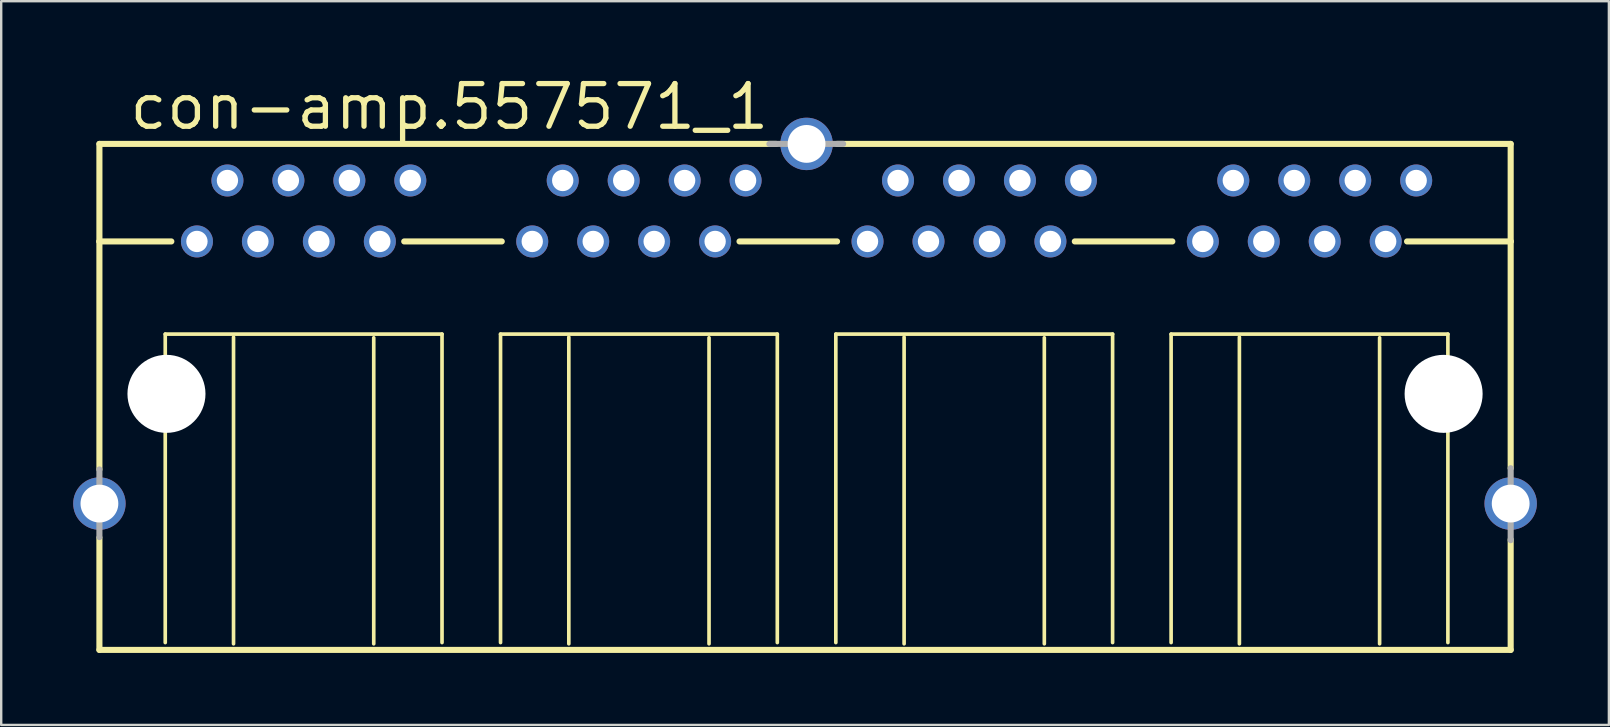
<source format=kicad_pcb>
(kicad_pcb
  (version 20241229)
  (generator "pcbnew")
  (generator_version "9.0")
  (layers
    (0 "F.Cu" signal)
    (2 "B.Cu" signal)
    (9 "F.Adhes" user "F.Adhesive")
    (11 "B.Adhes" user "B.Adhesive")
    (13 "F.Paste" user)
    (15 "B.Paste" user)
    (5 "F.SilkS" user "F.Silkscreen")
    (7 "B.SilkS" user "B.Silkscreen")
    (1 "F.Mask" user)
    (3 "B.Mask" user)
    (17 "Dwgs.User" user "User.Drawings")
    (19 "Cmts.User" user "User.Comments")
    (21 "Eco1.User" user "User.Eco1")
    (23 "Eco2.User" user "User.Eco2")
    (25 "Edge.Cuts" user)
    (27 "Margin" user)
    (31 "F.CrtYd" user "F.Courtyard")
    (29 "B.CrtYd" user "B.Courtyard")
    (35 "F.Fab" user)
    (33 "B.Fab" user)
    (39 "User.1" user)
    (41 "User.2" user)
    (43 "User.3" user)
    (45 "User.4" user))
  (footprint "con-amp.557571_1"
    (layer "F.Cu")
    (at 30.556 13.36)
    (property "Reference" "con-amp.557571_1" (at -28.321 -10.922 0) (layer "F.SilkS") (effects (font (size 1.778 1.778) (thickness 0.22)) (justify left bottom)))
    (attr through_hole)
    (fp_line (start -29.464 -10.414) (end -29.464 -6.35) (stroke (width 0.254) (type default)) (layer "F.SilkS"))
    (fp_line (start -29.464 -6.35) (end -29.464 3.15) (stroke (width 0.254) (type default)) (layer "F.SilkS"))
    (fp_line (start -29.464 5.994) (end -29.464 10.668) (stroke (width 0.254) (type default)) (layer "F.SilkS"))
    (fp_line (start -29.464 10.668) (end 29.337 10.668) (stroke (width 0.254) (type default)) (layer "F.SilkS"))
    (fp_line (start -26.721 -2.489) (end -26.721 10.363) (stroke (width 0.152) (type default)) (layer "F.SilkS"))
    (fp_line (start -26.467 -6.35) (end -29.464 -6.35) (stroke (width 0.254) (type default)) (layer "F.SilkS"))
    (fp_line (start -23.876 10.414) (end -23.876 -2.362) (stroke (width 0.152) (type default)) (layer "F.SilkS"))
    (fp_line (start -18.034 -2.337) (end -18.034 10.414) (stroke (width 0.152) (type default)) (layer "F.SilkS"))
    (fp_line (start -16.764 -6.35) (end -12.7 -6.35) (stroke (width 0.254) (type default)) (layer "F.SilkS"))
    (fp_line (start -15.189 -2.489) (end -26.721 -2.489) (stroke (width 0.152) (type default)) (layer "F.SilkS"))
    (fp_line (start -15.189 10.363) (end -15.189 -2.489) (stroke (width 0.152) (type default)) (layer "F.SilkS"))
    (fp_line (start -12.751 -2.489) (end -12.751 10.363) (stroke (width 0.152) (type default)) (layer "F.SilkS"))
    (fp_line (start -9.906 10.414) (end -9.906 -2.362) (stroke (width 0.152) (type default)) (layer "F.SilkS"))
    (fp_line (start -4.064 -2.337) (end -4.064 10.414) (stroke (width 0.152) (type default)) (layer "F.SilkS"))
    (fp_line (start -2.794 -6.35) (end 1.27 -6.35) (stroke (width 0.254) (type default)) (layer "F.SilkS"))
    (fp_line (start -1.27 -10.414) (end -29.464 -10.414) (stroke (width 0.254) (type default)) (layer "F.SilkS"))
    (fp_line (start -1.219 -2.489) (end -12.751 -2.489) (stroke (width 0.152) (type default)) (layer "F.SilkS"))
    (fp_line (start -1.219 10.363) (end -1.219 -2.489) (stroke (width 0.152) (type default)) (layer "F.SilkS"))
    (fp_line (start 1.219 -2.489) (end 1.219 10.363) (stroke (width 0.152) (type default)) (layer "F.SilkS"))
    (fp_line (start 4.064 10.414) (end 4.064 -2.362) (stroke (width 0.152) (type default)) (layer "F.SilkS"))
    (fp_line (start 9.906 -2.337) (end 9.906 10.414) (stroke (width 0.152) (type default)) (layer "F.SilkS"))
    (fp_line (start 11.176 -6.35) (end 15.24 -6.35) (stroke (width 0.254) (type default)) (layer "F.SilkS"))
    (fp_line (start 12.751 -2.489) (end 1.219 -2.489) (stroke (width 0.152) (type default)) (layer "F.SilkS"))
    (fp_line (start 12.751 10.363) (end 12.751 -2.489) (stroke (width 0.152) (type default)) (layer "F.SilkS"))
    (fp_line (start 15.189 -2.489) (end 15.189 10.363) (stroke (width 0.152) (type default)) (layer "F.SilkS"))
    (fp_line (start 18.034 10.414) (end 18.034 -2.362) (stroke (width 0.152) (type default)) (layer "F.SilkS"))
    (fp_line (start 23.876 -2.337) (end 23.876 10.414) (stroke (width 0.152) (type default)) (layer "F.SilkS"))
    (fp_line (start 25.019 -6.35) (end 29.337 -6.35) (stroke (width 0.254) (type default)) (layer "F.SilkS"))
    (fp_line (start 26.721 -2.489) (end 15.189 -2.489) (stroke (width 0.152) (type default)) (layer "F.SilkS"))
    (fp_line (start 26.721 10.363) (end 26.721 -2.489) (stroke (width 0.152) (type default)) (layer "F.SilkS"))
    (fp_line (start 29.337 -10.414) (end 1.27 -10.414) (stroke (width 0.254) (type default)) (layer "F.SilkS"))
    (fp_line (start 29.337 -6.35) (end 29.337 -10.414) (stroke (width 0.254) (type default)) (layer "F.SilkS"))
    (fp_line (start 29.337 3.099) (end 29.337 -6.35) (stroke (width 0.254) (type default)) (layer "F.SilkS"))
    (fp_line (start 29.337 10.668) (end 29.337 6.071) (stroke (width 0.254) (type default)) (layer "F.SilkS"))
    (fp_line (start -29.464 3.15) (end -29.464 5.969) (stroke (width 0.254) (type default)) (layer "F.Fab"))
    (fp_line (start 1.524 -10.414) (end -1.549 -10.414) (stroke (width 0.254) (type default)) (layer "F.Fab"))
    (fp_line (start 29.337 6.096) (end 29.337 3.099) (stroke (width 0.254) (type default)) (layer "F.Fab"))
    (pad "" np_thru_hole circle (at -26.67 0) (size 3.251 3.251) (drill 3.251) (layers "*.Cu" "*.Mask"))
    (pad "" np_thru_hole circle (at 26.543 0) (size 3.251 3.251) (drill 3.251) (layers "*.Cu" "*.Mask"))
    (pad "1-1" thru_hole circle (at -25.4 -6.35) (size 1.333 1.333) (drill 0.889) (layers "*.Cu" "*.Mask"))
    (pad "1-2" thru_hole circle (at -24.13 -8.89) (size 1.333 1.333) (drill 0.889) (layers "*.Cu" "*.Mask"))
    (pad "1-3" thru_hole circle (at -22.86 -6.35) (size 1.333 1.333) (drill 0.889) (layers "*.Cu" "*.Mask"))
    (pad "1-4" thru_hole circle (at -21.59 -8.89) (size 1.333 1.333) (drill 0.889) (layers "*.Cu" "*.Mask"))
    (pad "1-5" thru_hole circle (at -20.32 -6.35) (size 1.333 1.333) (drill 0.889) (layers "*.Cu" "*.Mask"))
    (pad "1-6" thru_hole circle (at -19.05 -8.89) (size 1.333 1.333) (drill 0.889) (layers "*.Cu" "*.Mask"))
    (pad "1-7" thru_hole circle (at -17.78 -6.35) (size 1.333 1.333) (drill 0.889) (layers "*.Cu" "*.Mask"))
    (pad "1-8" thru_hole circle (at -16.51 -8.89) (size 1.333 1.333) (drill 0.889) (layers "*.Cu" "*.Mask"))
    (pad "2-1" thru_hole circle (at -11.43 -6.35) (size 1.333 1.333) (drill 0.889) (layers "*.Cu" "*.Mask"))
    (pad "2-2" thru_hole circle (at -10.16 -8.89) (size 1.333 1.333) (drill 0.889) (layers "*.Cu" "*.Mask"))
    (pad "2-3" thru_hole circle (at -8.89 -6.35) (size 1.333 1.333) (drill 0.889) (layers "*.Cu" "*.Mask"))
    (pad "2-4" thru_hole circle (at -7.62 -8.89) (size 1.333 1.333) (drill 0.889) (layers "*.Cu" "*.Mask"))
    (pad "2-5" thru_hole circle (at -6.35 -6.35) (size 1.333 1.333) (drill 0.889) (layers "*.Cu" "*.Mask"))
    (pad "2-6" thru_hole circle (at -5.08 -8.89) (size 1.333 1.333) (drill 0.889) (layers "*.Cu" "*.Mask"))
    (pad "2-7" thru_hole circle (at -3.81 -6.35) (size 1.333 1.333) (drill 0.889) (layers "*.Cu" "*.Mask"))
    (pad "2-8" thru_hole circle (at -2.54 -8.89) (size 1.333 1.333) (drill 0.889) (layers "*.Cu" "*.Mask"))
    (pad "3-1" thru_hole circle (at 2.54 -6.35) (size 1.333 1.333) (drill 0.889) (layers "*.Cu" "*.Mask"))
    (pad "3-2" thru_hole circle (at 3.81 -8.89) (size 1.333 1.333) (drill 0.889) (layers "*.Cu" "*.Mask"))
    (pad "3-3" thru_hole circle (at 5.08 -6.35) (size 1.333 1.333) (drill 0.889) (layers "*.Cu" "*.Mask"))
    (pad "3-4" thru_hole circle (at 6.35 -8.89) (size 1.333 1.333) (drill 0.889) (layers "*.Cu" "*.Mask"))
    (pad "3-5" thru_hole circle (at 7.62 -6.35) (size 1.333 1.333) (drill 0.889) (layers "*.Cu" "*.Mask"))
    (pad "3-6" thru_hole circle (at 8.89 -8.89) (size 1.333 1.333) (drill 0.889) (layers "*.Cu" "*.Mask"))
    (pad "3-7" thru_hole circle (at 10.16 -6.35) (size 1.333 1.333) (drill 0.889) (layers "*.Cu" "*.Mask"))
    (pad "3-8" thru_hole circle (at 11.43 -8.89) (size 1.333 1.333) (drill 0.889) (layers "*.Cu" "*.Mask"))
    (pad "4-1" thru_hole circle (at 16.51 -6.35) (size 1.333 1.333) (drill 0.889) (layers "*.Cu" "*.Mask"))
    (pad "4-2" thru_hole circle (at 17.78 -8.89) (size 1.333 1.333) (drill 0.889) (layers "*.Cu" "*.Mask"))
    (pad "4-3" thru_hole circle (at 19.05 -6.35) (size 1.333 1.333) (drill 0.889) (layers "*.Cu" "*.Mask"))
    (pad "4-4" thru_hole circle (at 20.32 -8.89) (size 1.333 1.333) (drill 0.889) (layers "*.Cu" "*.Mask"))
    (pad "4-5" thru_hole circle (at 21.59 -6.35) (size 1.333 1.333) (drill 0.889) (layers "*.Cu" "*.Mask"))
    (pad "4-6" thru_hole circle (at 22.86 -8.89) (size 1.333 1.333) (drill 0.889) (layers "*.Cu" "*.Mask"))
    (pad "4-7" thru_hole circle (at 24.13 -6.35) (size 1.333 1.333) (drill 0.889) (layers "*.Cu" "*.Mask"))
    (pad "4-8" thru_hole circle (at 25.4 -8.89) (size 1.333 1.333) (drill 0.889) (layers "*.Cu" "*.Mask"))
    (pad "G1" thru_hole circle (at -29.464 4.572) (size 2.184 2.184) (drill 1.575) (layers "*.Cu" "*.Mask"))
    (pad "G2" thru_hole circle (at 0 -10.414) (size 2.184 2.184) (drill 1.575) (layers "*.Cu" "*.Mask"))
    (pad "G3" thru_hole circle (at 29.337 4.572) (size 2.184 2.184) (drill 1.575) (layers "*.Cu" "*.Mask")))
  (gr_rect
    (start -3 -3)
    (end 63.985 27.155)
    (stroke (width 0.1) (type default))
    (fill no)
    (layer "Edge.Cuts")))
</source>
